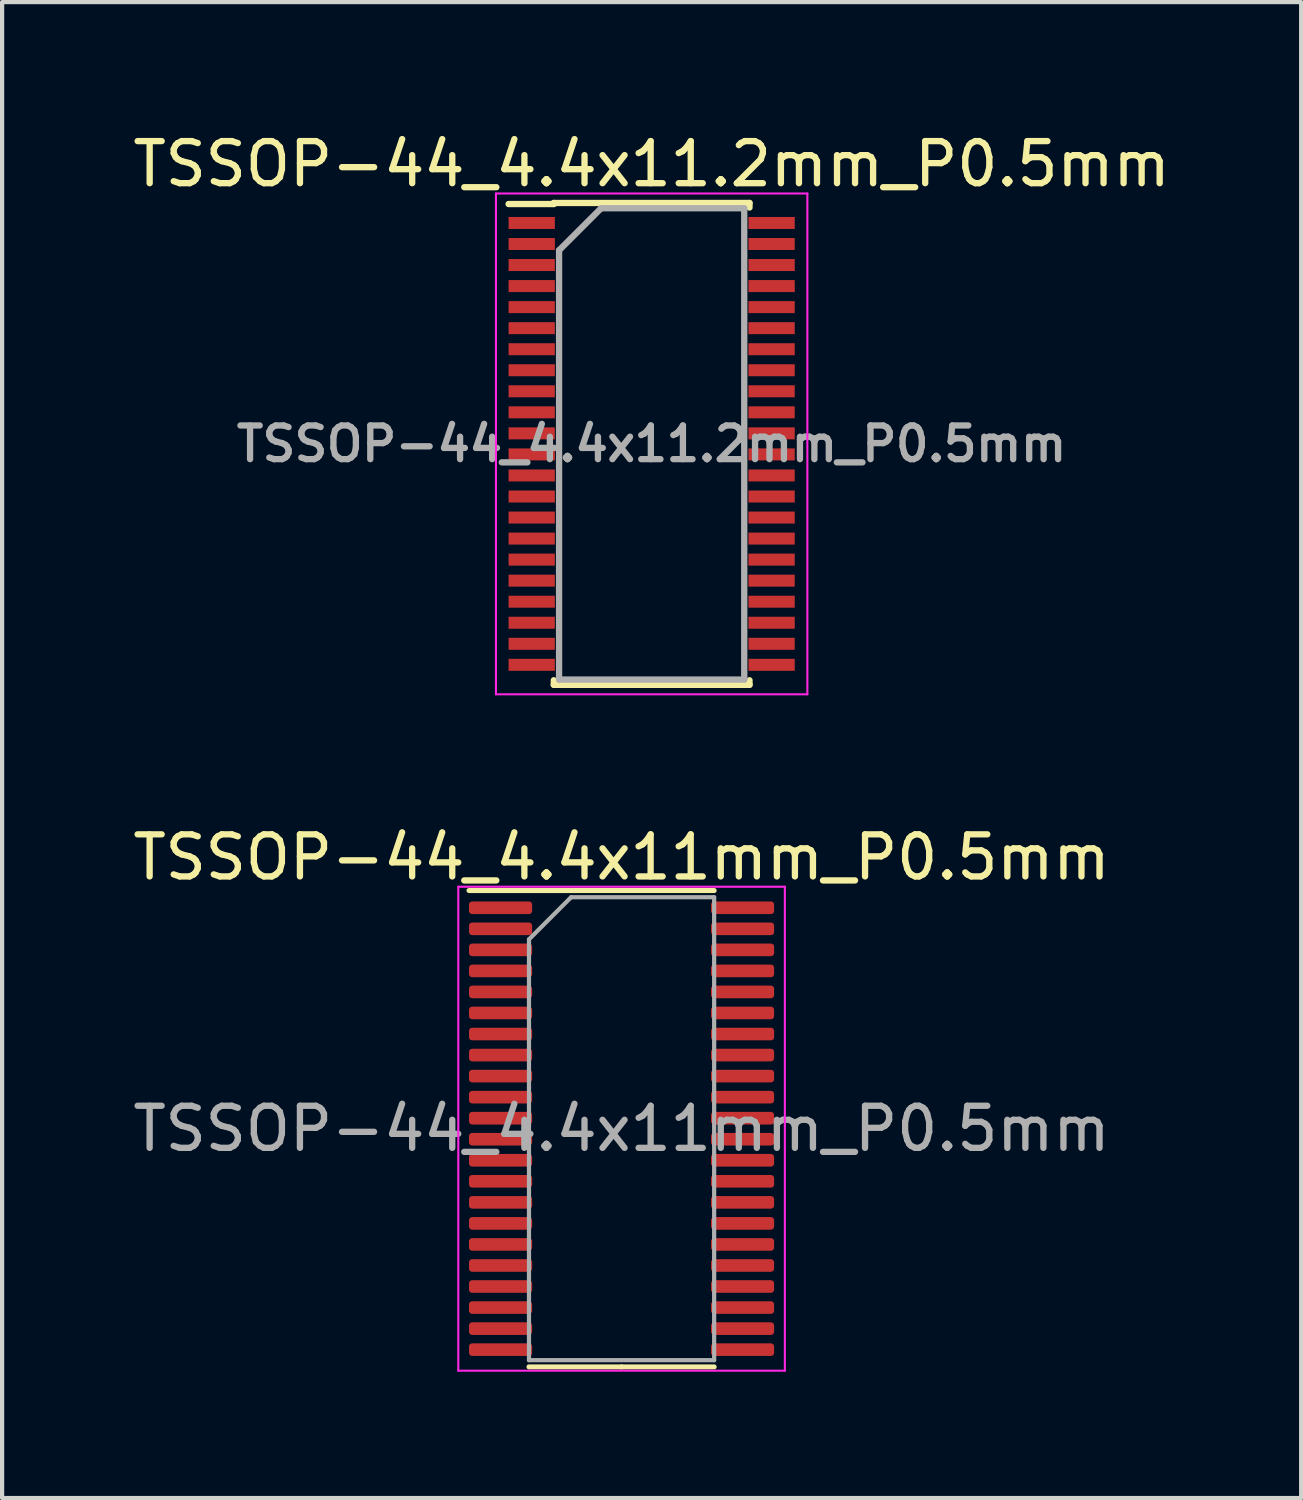
<source format=kicad_pcb>
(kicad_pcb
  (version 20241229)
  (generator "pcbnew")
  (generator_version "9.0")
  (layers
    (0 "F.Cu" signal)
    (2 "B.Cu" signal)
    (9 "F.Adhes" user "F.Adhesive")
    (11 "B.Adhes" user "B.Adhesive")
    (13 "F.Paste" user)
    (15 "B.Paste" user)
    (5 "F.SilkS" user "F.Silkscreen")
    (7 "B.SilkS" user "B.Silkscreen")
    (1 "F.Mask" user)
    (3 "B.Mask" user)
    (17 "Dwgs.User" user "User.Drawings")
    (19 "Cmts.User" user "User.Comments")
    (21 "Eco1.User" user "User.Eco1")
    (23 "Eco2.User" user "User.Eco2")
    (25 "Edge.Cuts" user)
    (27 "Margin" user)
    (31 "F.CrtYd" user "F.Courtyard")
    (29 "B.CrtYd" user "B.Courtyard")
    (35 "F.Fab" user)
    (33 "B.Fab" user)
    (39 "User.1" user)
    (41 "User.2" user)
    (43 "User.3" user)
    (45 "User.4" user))
  (footprint "TSSOP-44_4.4x11.2mm_P0.5mm"
    (layer "F.Cu")
    (at 12.435 7.498)
    (property "Reference" "TSSOP-44_4.4x11.2mm_P0.5mm" (at 0 -6.65 0) (layer "F.SilkS") (effects (font (size 1 1) (thickness 0.15))))
    (attr smd)
    (fp_line (start -2.325 -5.725) (end -2.325 -5.7) (stroke (width 0.15) (type solid)) (layer "F.SilkS"))
    (fp_line (start -2.325 -5.725) (end 2.325 -5.725) (stroke (width 0.15) (type solid)) (layer "F.SilkS"))
    (fp_line (start -2.325 -5.7) (end -3.4 -5.7) (stroke (width 0.15) (type solid)) (layer "F.SilkS"))
    (fp_line (start -2.325 5.725) (end -2.325 5.617) (stroke (width 0.15) (type solid)) (layer "F.SilkS"))
    (fp_line (start -2.325 5.725) (end 2.325 5.725) (stroke (width 0.15) (type solid)) (layer "F.SilkS"))
    (fp_line (start 2.325 -5.725) (end 2.325 -5.617) (stroke (width 0.15) (type solid)) (layer "F.SilkS"))
    (fp_line (start 2.325 5.725) (end 2.325 5.617) (stroke (width 0.15) (type solid)) (layer "F.SilkS"))
    (fp_line (start -3.7 -5.95) (end -3.7 5.95) (stroke (width 0.05) (type solid)) (layer "F.CrtYd"))
    (fp_line (start -3.7 -5.95) (end 3.7 -5.95) (stroke (width 0.05) (type solid)) (layer "F.CrtYd"))
    (fp_line (start -3.7 5.95) (end 3.7 5.95) (stroke (width 0.05) (type solid)) (layer "F.CrtYd"))
    (fp_line (start 3.7 -5.95) (end 3.7 5.95) (stroke (width 0.05) (type solid)) (layer "F.CrtYd"))
    (fp_line (start -2.2 -4.6) (end -1.2 -5.6) (stroke (width 0.15) (type solid)) (layer "F.Fab"))
    (fp_line (start -2.2 5.6) (end -2.2 -4.6) (stroke (width 0.15) (type solid)) (layer "F.Fab"))
    (fp_line (start -1.2 -5.6) (end 2.2 -5.6) (stroke (width 0.15) (type solid)) (layer "F.Fab"))
    (fp_line (start 2.2 -5.6) (end 2.2 5.6) (stroke (width 0.15) (type solid)) (layer "F.Fab"))
    (fp_line (start 2.2 5.6) (end -2.2 5.6) (stroke (width 0.15) (type solid)) (layer "F.Fab"))
    (fp_text user "${REFERENCE}" (at 0 0 0) (layer "F.Fab") (effects (font (size 0.8 0.8) (thickness 0.15))))
    (pad "1" smd rect (at -2.85 -5.25) (size 1.1 0.285) (layers "F.Cu" "F.Mask" "F.Paste"))
    (pad "2" smd rect (at -2.85 -4.75) (size 1.1 0.285) (layers "F.Cu" "F.Mask" "F.Paste"))
    (pad "3" smd rect (at -2.85 -4.25) (size 1.1 0.285) (layers "F.Cu" "F.Mask" "F.Paste"))
    (pad "4" smd rect (at -2.85 -3.75) (size 1.1 0.285) (layers "F.Cu" "F.Mask" "F.Paste"))
    (pad "5" smd rect (at -2.85 -3.25) (size 1.1 0.285) (layers "F.Cu" "F.Mask" "F.Paste"))
    (pad "6" smd rect (at -2.85 -2.75) (size 1.1 0.285) (layers "F.Cu" "F.Mask" "F.Paste"))
    (pad "7" smd rect (at -2.85 -2.25) (size 1.1 0.285) (layers "F.Cu" "F.Mask" "F.Paste"))
    (pad "8" smd rect (at -2.85 -1.75) (size 1.1 0.285) (layers "F.Cu" "F.Mask" "F.Paste"))
    (pad "9" smd rect (at -2.85 -1.25) (size 1.1 0.285) (layers "F.Cu" "F.Mask" "F.Paste"))
    (pad "10" smd rect (at -2.85 -0.75) (size 1.1 0.285) (layers "F.Cu" "F.Mask" "F.Paste"))
    (pad "11" smd rect (at -2.85 -0.25) (size 1.1 0.285) (layers "F.Cu" "F.Mask" "F.Paste"))
    (pad "12" smd rect (at -2.85 0.25) (size 1.1 0.285) (layers "F.Cu" "F.Mask" "F.Paste"))
    (pad "13" smd rect (at -2.85 0.75) (size 1.1 0.285) (layers "F.Cu" "F.Mask" "F.Paste"))
    (pad "14" smd rect (at -2.85 1.25) (size 1.1 0.285) (layers "F.Cu" "F.Mask" "F.Paste"))
    (pad "15" smd rect (at -2.85 1.75) (size 1.1 0.285) (layers "F.Cu" "F.Mask" "F.Paste"))
    (pad "16" smd rect (at -2.85 2.25) (size 1.1 0.285) (layers "F.Cu" "F.Mask" "F.Paste"))
    (pad "17" smd rect (at -2.85 2.75) (size 1.1 0.285) (layers "F.Cu" "F.Mask" "F.Paste"))
    (pad "18" smd rect (at -2.85 3.25) (size 1.1 0.285) (layers "F.Cu" "F.Mask" "F.Paste"))
    (pad "19" smd rect (at -2.85 3.75) (size 1.1 0.285) (layers "F.Cu" "F.Mask" "F.Paste"))
    (pad "20" smd rect (at -2.85 4.25) (size 1.1 0.285) (layers "F.Cu" "F.Mask" "F.Paste"))
    (pad "21" smd rect (at -2.85 4.75) (size 1.1 0.285) (layers "F.Cu" "F.Mask" "F.Paste"))
    (pad "22" smd rect (at -2.85 5.25) (size 1.1 0.285) (layers "F.Cu" "F.Mask" "F.Paste"))
    (pad "23" smd rect (at 2.85 5.25) (size 1.1 0.285) (layers "F.Cu" "F.Mask" "F.Paste"))
    (pad "24" smd rect (at 2.85 4.75) (size 1.1 0.285) (layers "F.Cu" "F.Mask" "F.Paste"))
    (pad "25" smd rect (at 2.85 4.25) (size 1.1 0.285) (layers "F.Cu" "F.Mask" "F.Paste"))
    (pad "26" smd rect (at 2.85 3.75) (size 1.1 0.285) (layers "F.Cu" "F.Mask" "F.Paste"))
    (pad "27" smd rect (at 2.85 3.25) (size 1.1 0.285) (layers "F.Cu" "F.Mask" "F.Paste"))
    (pad "28" smd rect (at 2.85 2.75) (size 1.1 0.285) (layers "F.Cu" "F.Mask" "F.Paste"))
    (pad "29" smd rect (at 2.85 2.25) (size 1.1 0.285) (layers "F.Cu" "F.Mask" "F.Paste"))
    (pad "30" smd rect (at 2.85 1.75) (size 1.1 0.285) (layers "F.Cu" "F.Mask" "F.Paste"))
    (pad "31" smd rect (at 2.85 1.25) (size 1.1 0.285) (layers "F.Cu" "F.Mask" "F.Paste"))
    (pad "32" smd rect (at 2.85 0.75) (size 1.1 0.285) (layers "F.Cu" "F.Mask" "F.Paste"))
    (pad "33" smd rect (at 2.85 0.25) (size 1.1 0.285) (layers "F.Cu" "F.Mask" "F.Paste"))
    (pad "34" smd rect (at 2.85 -0.25) (size 1.1 0.285) (layers "F.Cu" "F.Mask" "F.Paste"))
    (pad "35" smd rect (at 2.85 -0.75) (size 1.1 0.285) (layers "F.Cu" "F.Mask" "F.Paste"))
    (pad "36" smd rect (at 2.85 -1.25) (size 1.1 0.285) (layers "F.Cu" "F.Mask" "F.Paste"))
    (pad "37" smd rect (at 2.85 -1.75) (size 1.1 0.285) (layers "F.Cu" "F.Mask" "F.Paste"))
    (pad "38" smd rect (at 2.85 -2.25) (size 1.1 0.285) (layers "F.Cu" "F.Mask" "F.Paste"))
    (pad "39" smd rect (at 2.85 -2.75) (size 1.1 0.285) (layers "F.Cu" "F.Mask" "F.Paste"))
    (pad "40" smd rect (at 2.85 -3.25) (size 1.1 0.285) (layers "F.Cu" "F.Mask" "F.Paste"))
    (pad "41" smd rect (at 2.85 -3.75) (size 1.1 0.285) (layers "F.Cu" "F.Mask" "F.Paste"))
    (pad "42" smd rect (at 2.85 -4.25) (size 1.1 0.285) (layers "F.Cu" "F.Mask" "F.Paste"))
    (pad "43" smd rect (at 2.85 -4.75) (size 1.1 0.285) (layers "F.Cu" "F.Mask" "F.Paste"))
    (pad "44" smd rect (at 2.85 -5.25) (size 1.1 0.285) (layers "F.Cu" "F.Mask" "F.Paste")))
  (footprint "TSSOP-44_4.4x11mm_P0.5mm"
    (layer "F.Cu")
    (at 11.72 23.771)
    (property "Reference" "TSSOP-44_4.4x11mm_P0.5mm" (at 0 -6.45 0) (layer "F.SilkS") (effects (font (size 1 1) (thickness 0.15))))
    (attr smd)
    (fp_line (start 0 -5.66) (end -3.625 -5.66) (stroke (width 0.12) (type solid)) (layer "F.SilkS"))
    (fp_line (start 0 -5.66) (end 2.2 -5.66) (stroke (width 0.12) (type solid)) (layer "F.SilkS"))
    (fp_line (start 0 5.66) (end -2.2 5.66) (stroke (width 0.12) (type solid)) (layer "F.SilkS"))
    (fp_line (start 0 5.66) (end 2.2 5.66) (stroke (width 0.12) (type solid)) (layer "F.SilkS"))
    (fp_line (start -3.88 -5.75) (end -3.88 5.75) (stroke (width 0.05) (type solid)) (layer "F.CrtYd"))
    (fp_line (start -3.88 5.75) (end 3.88 5.75) (stroke (width 0.05) (type solid)) (layer "F.CrtYd"))
    (fp_line (start 3.88 -5.75) (end -3.88 -5.75) (stroke (width 0.05) (type solid)) (layer "F.CrtYd"))
    (fp_line (start 3.88 5.75) (end 3.88 -5.75) (stroke (width 0.05) (type solid)) (layer "F.CrtYd"))
    (fp_line (start -2.2 -4.5) (end -1.2 -5.5) (stroke (width 0.1) (type solid)) (layer "F.Fab"))
    (fp_line (start -2.2 5.5) (end -2.2 -4.5) (stroke (width 0.1) (type solid)) (layer "F.Fab"))
    (fp_line (start -1.2 -5.5) (end 2.2 -5.5) (stroke (width 0.1) (type solid)) (layer "F.Fab"))
    (fp_line (start 2.2 -5.5) (end 2.2 5.5) (stroke (width 0.1) (type solid)) (layer "F.Fab"))
    (fp_line (start 2.2 5.5) (end -2.2 5.5) (stroke (width 0.1) (type solid)) (layer "F.Fab"))
    (fp_text user "${REFERENCE}" (at 0 0 0) (layer "F.Fab") (effects (font (size 1 1) (thickness 0.15))))
    (pad "1" smd roundrect (at -2.875 -5.25) (size 1.5 0.3) (layers "F.Cu" "F.Mask" "F.Paste") (roundrect_rratio 0.25))
    (pad "2" smd roundrect (at -2.875 -4.75) (size 1.5 0.3) (layers "F.Cu" "F.Mask" "F.Paste") (roundrect_rratio 0.25))
    (pad "3" smd roundrect (at -2.875 -4.25) (size 1.5 0.3) (layers "F.Cu" "F.Mask" "F.Paste") (roundrect_rratio 0.25))
    (pad "4" smd roundrect (at -2.875 -3.75) (size 1.5 0.3) (layers "F.Cu" "F.Mask" "F.Paste") (roundrect_rratio 0.25))
    (pad "5" smd roundrect (at -2.875 -3.25) (size 1.5 0.3) (layers "F.Cu" "F.Mask" "F.Paste") (roundrect_rratio 0.25))
    (pad "6" smd roundrect (at -2.875 -2.75) (size 1.5 0.3) (layers "F.Cu" "F.Mask" "F.Paste") (roundrect_rratio 0.25))
    (pad "7" smd roundrect (at -2.875 -2.25) (size 1.5 0.3) (layers "F.Cu" "F.Mask" "F.Paste") (roundrect_rratio 0.25))
    (pad "8" smd roundrect (at -2.875 -1.75) (size 1.5 0.3) (layers "F.Cu" "F.Mask" "F.Paste") (roundrect_rratio 0.25))
    (pad "9" smd roundrect (at -2.875 -1.25) (size 1.5 0.3) (layers "F.Cu" "F.Mask" "F.Paste") (roundrect_rratio 0.25))
    (pad "10" smd roundrect (at -2.875 -0.75) (size 1.5 0.3) (layers "F.Cu" "F.Mask" "F.Paste") (roundrect_rratio 0.25))
    (pad "11" smd roundrect (at -2.875 -0.25) (size 1.5 0.3) (layers "F.Cu" "F.Mask" "F.Paste") (roundrect_rratio 0.25))
    (pad "12" smd roundrect (at -2.875 0.25) (size 1.5 0.3) (layers "F.Cu" "F.Mask" "F.Paste") (roundrect_rratio 0.25))
    (pad "13" smd roundrect (at -2.875 0.75) (size 1.5 0.3) (layers "F.Cu" "F.Mask" "F.Paste") (roundrect_rratio 0.25))
    (pad "14" smd roundrect (at -2.875 1.25) (size 1.5 0.3) (layers "F.Cu" "F.Mask" "F.Paste") (roundrect_rratio 0.25))
    (pad "15" smd roundrect (at -2.875 1.75) (size 1.5 0.3) (layers "F.Cu" "F.Mask" "F.Paste") (roundrect_rratio 0.25))
    (pad "16" smd roundrect (at -2.875 2.25) (size 1.5 0.3) (layers "F.Cu" "F.Mask" "F.Paste") (roundrect_rratio 0.25))
    (pad "17" smd roundrect (at -2.875 2.75) (size 1.5 0.3) (layers "F.Cu" "F.Mask" "F.Paste") (roundrect_rratio 0.25))
    (pad "18" smd roundrect (at -2.875 3.25) (size 1.5 0.3) (layers "F.Cu" "F.Mask" "F.Paste") (roundrect_rratio 0.25))
    (pad "19" smd roundrect (at -2.875 3.75) (size 1.5 0.3) (layers "F.Cu" "F.Mask" "F.Paste") (roundrect_rratio 0.25))
    (pad "20" smd roundrect (at -2.875 4.25) (size 1.5 0.3) (layers "F.Cu" "F.Mask" "F.Paste") (roundrect_rratio 0.25))
    (pad "21" smd roundrect (at -2.875 4.75) (size 1.5 0.3) (layers "F.Cu" "F.Mask" "F.Paste") (roundrect_rratio 0.25))
    (pad "22" smd roundrect (at -2.875 5.25) (size 1.5 0.3) (layers "F.Cu" "F.Mask" "F.Paste") (roundrect_rratio 0.25))
    (pad "23" smd roundrect (at 2.875 5.25) (size 1.5 0.3) (layers "F.Cu" "F.Mask" "F.Paste") (roundrect_rratio 0.25))
    (pad "24" smd roundrect (at 2.875 4.75) (size 1.5 0.3) (layers "F.Cu" "F.Mask" "F.Paste") (roundrect_rratio 0.25))
    (pad "25" smd roundrect (at 2.875 4.25) (size 1.5 0.3) (layers "F.Cu" "F.Mask" "F.Paste") (roundrect_rratio 0.25))
    (pad "26" smd roundrect (at 2.875 3.75) (size 1.5 0.3) (layers "F.Cu" "F.Mask" "F.Paste") (roundrect_rratio 0.25))
    (pad "27" smd roundrect (at 2.875 3.25) (size 1.5 0.3) (layers "F.Cu" "F.Mask" "F.Paste") (roundrect_rratio 0.25))
    (pad "28" smd roundrect (at 2.875 2.75) (size 1.5 0.3) (layers "F.Cu" "F.Mask" "F.Paste") (roundrect_rratio 0.25))
    (pad "29" smd roundrect (at 2.875 2.25) (size 1.5 0.3) (layers "F.Cu" "F.Mask" "F.Paste") (roundrect_rratio 0.25))
    (pad "30" smd roundrect (at 2.875 1.75) (size 1.5 0.3) (layers "F.Cu" "F.Mask" "F.Paste") (roundrect_rratio 0.25))
    (pad "31" smd roundrect (at 2.875 1.25) (size 1.5 0.3) (layers "F.Cu" "F.Mask" "F.Paste") (roundrect_rratio 0.25))
    (pad "32" smd roundrect (at 2.875 0.75) (size 1.5 0.3) (layers "F.Cu" "F.Mask" "F.Paste") (roundrect_rratio 0.25))
    (pad "33" smd roundrect (at 2.875 0.25) (size 1.5 0.3) (layers "F.Cu" "F.Mask" "F.Paste") (roundrect_rratio 0.25))
    (pad "34" smd roundrect (at 2.875 -0.25) (size 1.5 0.3) (layers "F.Cu" "F.Mask" "F.Paste") (roundrect_rratio 0.25))
    (pad "35" smd roundrect (at 2.875 -0.75) (size 1.5 0.3) (layers "F.Cu" "F.Mask" "F.Paste") (roundrect_rratio 0.25))
    (pad "36" smd roundrect (at 2.875 -1.25) (size 1.5 0.3) (layers "F.Cu" "F.Mask" "F.Paste") (roundrect_rratio 0.25))
    (pad "37" smd roundrect (at 2.875 -1.75) (size 1.5 0.3) (layers "F.Cu" "F.Mask" "F.Paste") (roundrect_rratio 0.25))
    (pad "38" smd roundrect (at 2.875 -2.25) (size 1.5 0.3) (layers "F.Cu" "F.Mask" "F.Paste") (roundrect_rratio 0.25))
    (pad "39" smd roundrect (at 2.875 -2.75) (size 1.5 0.3) (layers "F.Cu" "F.Mask" "F.Paste") (roundrect_rratio 0.25))
    (pad "40" smd roundrect (at 2.875 -3.25) (size 1.5 0.3) (layers "F.Cu" "F.Mask" "F.Paste") (roundrect_rratio 0.25))
    (pad "41" smd roundrect (at 2.875 -3.75) (size 1.5 0.3) (layers "F.Cu" "F.Mask" "F.Paste") (roundrect_rratio 0.25))
    (pad "42" smd roundrect (at 2.875 -4.25) (size 1.5 0.3) (layers "F.Cu" "F.Mask" "F.Paste") (roundrect_rratio 0.25))
    (pad "43" smd roundrect (at 2.875 -4.75) (size 1.5 0.3) (layers "F.Cu" "F.Mask" "F.Paste") (roundrect_rratio 0.25))
    (pad "44" smd roundrect (at 2.875 -5.25) (size 1.5 0.3) (layers "F.Cu" "F.Mask" "F.Paste") (roundrect_rratio 0.25)))
  (gr_rect
    (start -3 -3)
    (end 27.869 32.547)
    (stroke (width 0.1) (type default))
    (fill no)
    (layer "Edge.Cuts")))
</source>
